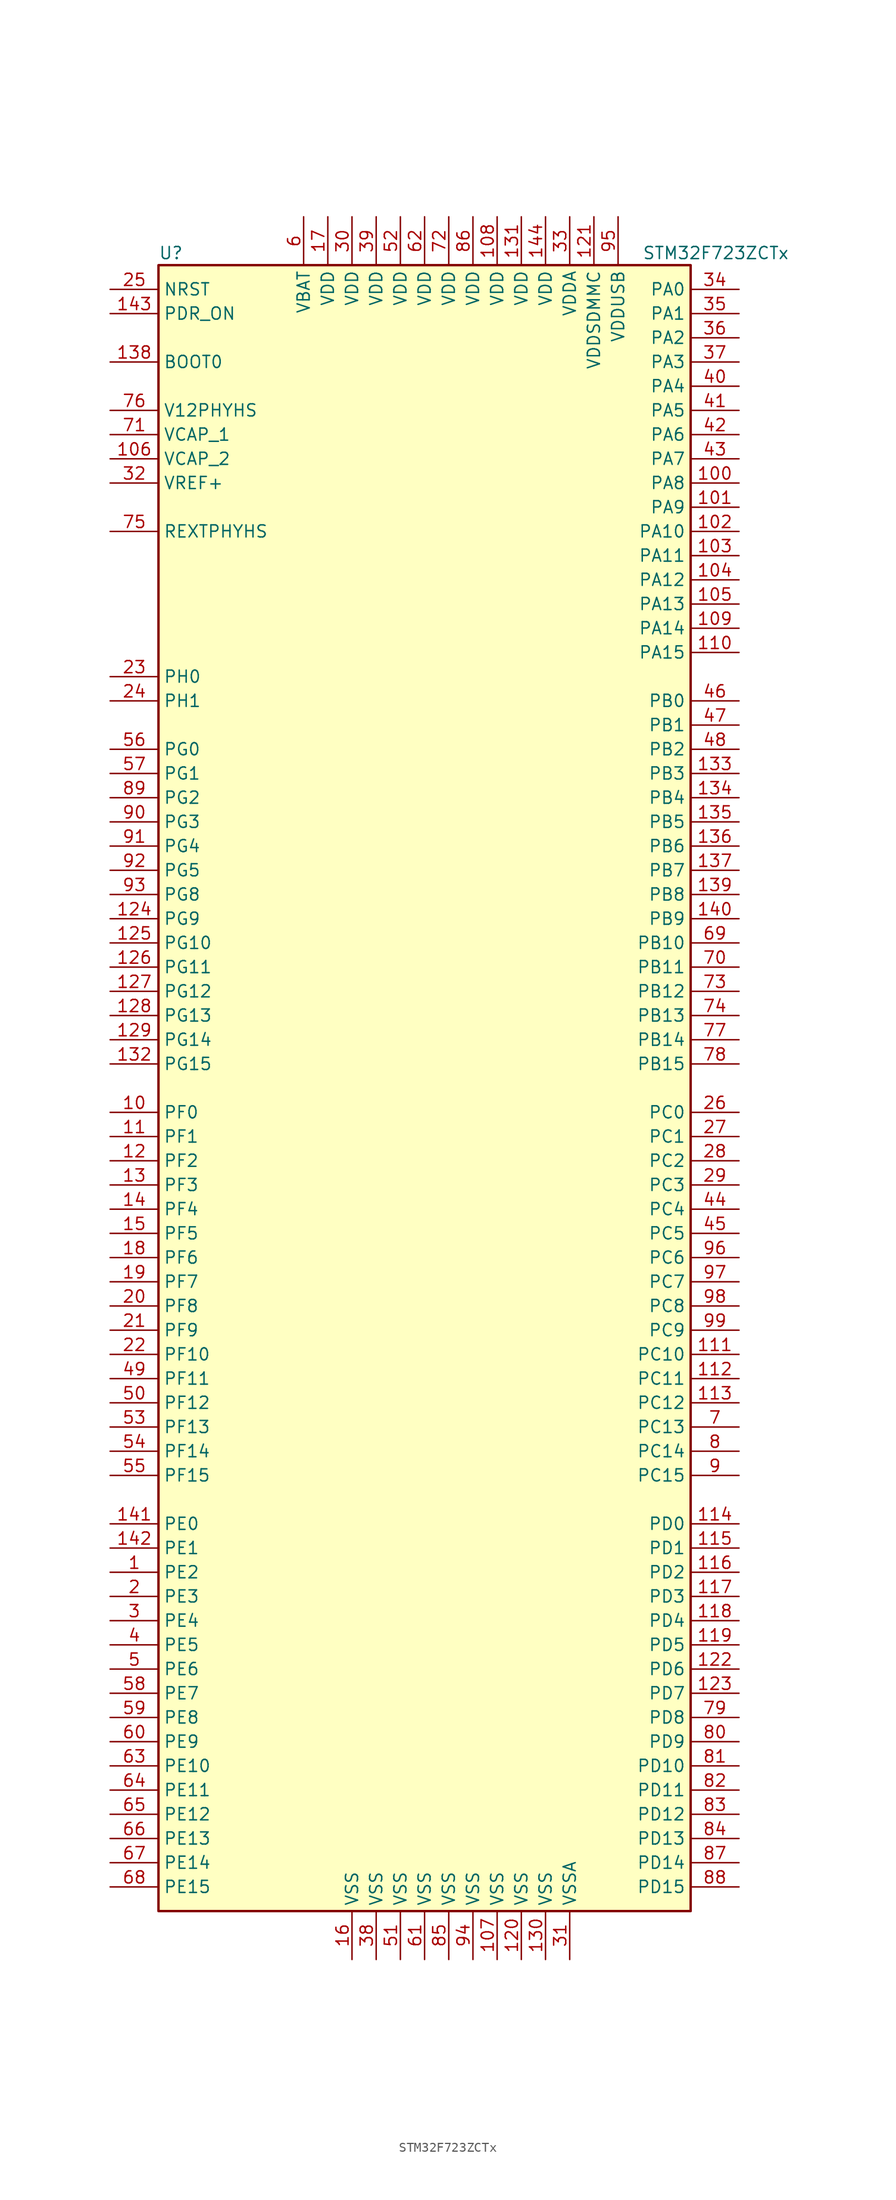
<source format=kicad_sym>
(kicad_symbol_lib
  (version 20211014)
  (generator kicad_symbol_editor)
  (symbol "STM32F723ZCTx"
    (property "Reference" "U"
      (at -27.94 87.63 0)
      (effects (font (size 1.27 1.27)) (justify left)))
    (property "Value" "STM32F723ZCTx"
      (at 22.86 87.63 0)
      (effects (font (size 1.27 1.27)) (justify left)))
    (symbol "STM32F723ZCTx_0_1"
      (rectangle (start -27.94 -86.36) (end 27.94 86.36) (stroke (width 0.254) (type default) (color 0 0 0 0)) (fill (type background))))
    (symbol "STM32F723ZCTx_1_1"
      (pin bidirectional line (at -33.02 -50.8 0) (length 5.08) (name "PE2" (effects (font (size 1.27 1.27)))) (number "1" (effects (font (size 1.27 1.27)))))
      (pin bidirectional line (at -33.02 -2.54 0) (length 5.08) (name "PF0" (effects (font (size 1.27 1.27)))) (number "10" (effects (font (size 1.27 1.27)))))
      (pin bidirectional line (at 33.02 63.5 180) (length 5.08) (name "PA8" (effects (font (size 1.27 1.27)))) (number "100" (effects (font (size 1.27 1.27)))))
      (pin bidirectional line (at 33.02 60.96 180) (length 5.08) (name "PA9" (effects (font (size 1.27 1.27)))) (number "101" (effects (font (size 1.27 1.27)))))
      (pin bidirectional line (at 33.02 58.42 180) (length 5.08) (name "PA10" (effects (font (size 1.27 1.27)))) (number "102" (effects (font (size 1.27 1.27)))))
      (pin bidirectional line (at 33.02 55.88 180) (length 5.08) (name "PA11" (effects (font (size 1.27 1.27)))) (number "103" (effects (font (size 1.27 1.27)))))
      (pin bidirectional line (at 33.02 53.34 180) (length 5.08) (name "PA12" (effects (font (size 1.27 1.27)))) (number "104" (effects (font (size 1.27 1.27)))))
      (pin bidirectional line (at 33.02 50.8 180) (length 5.08) (name "PA13" (effects (font (size 1.27 1.27)))) (number "105" (effects (font (size 1.27 1.27)))))
      (pin power_in line (at -33.02 66.04 0) (length 5.08) (name "VCAP_2" (effects (font (size 1.27 1.27)))) (number "106" (effects (font (size 1.27 1.27)))))
      (pin power_in line (at 7.62 -91.44 90) (length 5.08) (name "VSS" (effects (font (size 1.27 1.27)))) (number "107" (effects (font (size 1.27 1.27)))))
      (pin power_in line (at 7.62 91.44 270) (length 5.08) (name "VDD" (effects (font (size 1.27 1.27)))) (number "108" (effects (font (size 1.27 1.27)))))
      (pin bidirectional line (at 33.02 48.26 180) (length 5.08) (name "PA14" (effects (font (size 1.27 1.27)))) (number "109" (effects (font (size 1.27 1.27)))))
      (pin bidirectional line (at -33.02 -5.08 0) (length 5.08) (name "PF1" (effects (font (size 1.27 1.27)))) (number "11" (effects (font (size 1.27 1.27)))))
      (pin bidirectional line (at 33.02 45.72 180) (length 5.08) (name "PA15" (effects (font (size 1.27 1.27)))) (number "110" (effects (font (size 1.27 1.27)))))
      (pin bidirectional line (at 33.02 -27.94 180) (length 5.08) (name "PC10" (effects (font (size 1.27 1.27)))) (number "111" (effects (font (size 1.27 1.27)))))
      (pin bidirectional line (at 33.02 -30.48 180) (length 5.08) (name "PC11" (effects (font (size 1.27 1.27)))) (number "112" (effects (font (size 1.27 1.27)))))
      (pin bidirectional line (at 33.02 -33.02 180) (length 5.08) (name "PC12" (effects (font (size 1.27 1.27)))) (number "113" (effects (font (size 1.27 1.27)))))
      (pin bidirectional line (at 33.02 -45.72 180) (length 5.08) (name "PD0" (effects (font (size 1.27 1.27)))) (number "114" (effects (font (size 1.27 1.27)))))
      (pin bidirectional line (at 33.02 -48.26 180) (length 5.08) (name "PD1" (effects (font (size 1.27 1.27)))) (number "115" (effects (font (size 1.27 1.27)))))
      (pin bidirectional line (at 33.02 -50.8 180) (length 5.08) (name "PD2" (effects (font (size 1.27 1.27)))) (number "116" (effects (font (size 1.27 1.27)))))
      (pin bidirectional line (at 33.02 -53.34 180) (length 5.08) (name "PD3" (effects (font (size 1.27 1.27)))) (number "117" (effects (font (size 1.27 1.27)))))
      (pin bidirectional line (at 33.02 -55.88 180) (length 5.08) (name "PD4" (effects (font (size 1.27 1.27)))) (number "118" (effects (font (size 1.27 1.27)))))
      (pin bidirectional line (at 33.02 -58.42 180) (length 5.08) (name "PD5" (effects (font (size 1.27 1.27)))) (number "119" (effects (font (size 1.27 1.27)))))
      (pin bidirectional line (at -33.02 -7.62 0) (length 5.08) (name "PF2" (effects (font (size 1.27 1.27)))) (number "12" (effects (font (size 1.27 1.27)))))
      (pin power_in line (at 10.16 -91.44 90) (length 5.08) (name "VSS" (effects (font (size 1.27 1.27)))) (number "120" (effects (font (size 1.27 1.27)))))
      (pin power_in line (at 17.78 91.44 270) (length 5.08) (name "VDDSDMMC" (effects (font (size 1.27 1.27)))) (number "121" (effects (font (size 1.27 1.27)))))
      (pin bidirectional line (at 33.02 -60.96 180) (length 5.08) (name "PD6" (effects (font (size 1.27 1.27)))) (number "122" (effects (font (size 1.27 1.27)))))
      (pin bidirectional line (at 33.02 -63.5 180) (length 5.08) (name "PD7" (effects (font (size 1.27 1.27)))) (number "123" (effects (font (size 1.27 1.27)))))
      (pin bidirectional line (at -33.02 17.78 0) (length 5.08) (name "PG9" (effects (font (size 1.27 1.27)))) (number "124" (effects (font (size 1.27 1.27)))))
      (pin bidirectional line (at -33.02 15.24 0) (length 5.08) (name "PG10" (effects (font (size 1.27 1.27)))) (number "125" (effects (font (size 1.27 1.27)))))
      (pin bidirectional line (at -33.02 12.7 0) (length 5.08) (name "PG11" (effects (font (size 1.27 1.27)))) (number "126" (effects (font (size 1.27 1.27)))))
      (pin bidirectional line (at -33.02 10.16 0) (length 5.08) (name "PG12" (effects (font (size 1.27 1.27)))) (number "127" (effects (font (size 1.27 1.27)))))
      (pin bidirectional line (at -33.02 7.62 0) (length 5.08) (name "PG13" (effects (font (size 1.27 1.27)))) (number "128" (effects (font (size 1.27 1.27)))))
      (pin bidirectional line (at -33.02 5.08 0) (length 5.08) (name "PG14" (effects (font (size 1.27 1.27)))) (number "129" (effects (font (size 1.27 1.27)))))
      (pin bidirectional line (at -33.02 -10.16 0) (length 5.08) (name "PF3" (effects (font (size 1.27 1.27)))) (number "13" (effects (font (size 1.27 1.27)))))
      (pin power_in line (at 12.7 -91.44 90) (length 5.08) (name "VSS" (effects (font (size 1.27 1.27)))) (number "130" (effects (font (size 1.27 1.27)))))
      (pin power_in line (at 10.16 91.44 270) (length 5.08) (name "VDD" (effects (font (size 1.27 1.27)))) (number "131" (effects (font (size 1.27 1.27)))))
      (pin bidirectional line (at -33.02 2.54 0) (length 5.08) (name "PG15" (effects (font (size 1.27 1.27)))) (number "132" (effects (font (size 1.27 1.27)))))
      (pin bidirectional line (at 33.02 33.02 180) (length 5.08) (name "PB3" (effects (font (size 1.27 1.27)))) (number "133" (effects (font (size 1.27 1.27)))))
      (pin bidirectional line (at 33.02 30.48 180) (length 5.08) (name "PB4" (effects (font (size 1.27 1.27)))) (number "134" (effects (font (size 1.27 1.27)))))
      (pin bidirectional line (at 33.02 27.94 180) (length 5.08) (name "PB5" (effects (font (size 1.27 1.27)))) (number "135" (effects (font (size 1.27 1.27)))))
      (pin bidirectional line (at 33.02 25.4 180) (length 5.08) (name "PB6" (effects (font (size 1.27 1.27)))) (number "136" (effects (font (size 1.27 1.27)))))
      (pin bidirectional line (at 33.02 22.86 180) (length 5.08) (name "PB7" (effects (font (size 1.27 1.27)))) (number "137" (effects (font (size 1.27 1.27)))))
      (pin input line (at -33.02 76.2 0) (length 5.08) (name "BOOT0" (effects (font (size 1.27 1.27)))) (number "138" (effects (font (size 1.27 1.27)))))
      (pin bidirectional line (at 33.02 20.32 180) (length 5.08) (name "PB8" (effects (font (size 1.27 1.27)))) (number "139" (effects (font (size 1.27 1.27)))))
      (pin bidirectional line (at -33.02 -12.7 0) (length 5.08) (name "PF4" (effects (font (size 1.27 1.27)))) (number "14" (effects (font (size 1.27 1.27)))))
      (pin bidirectional line (at 33.02 17.78 180) (length 5.08) (name "PB9" (effects (font (size 1.27 1.27)))) (number "140" (effects (font (size 1.27 1.27)))))
      (pin bidirectional line (at -33.02 -45.72 0) (length 5.08) (name "PE0" (effects (font (size 1.27 1.27)))) (number "141" (effects (font (size 1.27 1.27)))))
      (pin bidirectional line (at -33.02 -48.26 0) (length 5.08) (name "PE1" (effects (font (size 1.27 1.27)))) (number "142" (effects (font (size 1.27 1.27)))))
      (pin input line (at -33.02 81.28 0) (length 5.08) (name "PDR_ON" (effects (font (size 1.27 1.27)))) (number "143" (effects (font (size 1.27 1.27)))))
      (pin power_in line (at 12.7 91.44 270) (length 5.08) (name "VDD" (effects (font (size 1.27 1.27)))) (number "144" (effects (font (size 1.27 1.27)))))
      (pin bidirectional line (at -33.02 -15.24 0) (length 5.08) (name "PF5" (effects (font (size 1.27 1.27)))) (number "15" (effects (font (size 1.27 1.27)))))
      (pin power_in line (at -7.62 -91.44 90) (length 5.08) (name "VSS" (effects (font (size 1.27 1.27)))) (number "16" (effects (font (size 1.27 1.27)))))
      (pin power_in line (at -10.16 91.44 270) (length 5.08) (name "VDD" (effects (font (size 1.27 1.27)))) (number "17" (effects (font (size 1.27 1.27)))))
      (pin bidirectional line (at -33.02 -17.78 0) (length 5.08) (name "PF6" (effects (font (size 1.27 1.27)))) (number "18" (effects (font (size 1.27 1.27)))))
      (pin bidirectional line (at -33.02 -20.32 0) (length 5.08) (name "PF7" (effects (font (size 1.27 1.27)))) (number "19" (effects (font (size 1.27 1.27)))))
      (pin bidirectional line (at -33.02 -53.34 0) (length 5.08) (name "PE3" (effects (font (size 1.27 1.27)))) (number "2" (effects (font (size 1.27 1.27)))))
      (pin bidirectional line (at -33.02 -22.86 0) (length 5.08) (name "PF8" (effects (font (size 1.27 1.27)))) (number "20" (effects (font (size 1.27 1.27)))))
      (pin bidirectional line (at -33.02 -25.4 0) (length 5.08) (name "PF9" (effects (font (size 1.27 1.27)))) (number "21" (effects (font (size 1.27 1.27)))))
      (pin bidirectional line (at -33.02 -27.94 0) (length 5.08) (name "PF10" (effects (font (size 1.27 1.27)))) (number "22" (effects (font (size 1.27 1.27)))))
      (pin input line (at -33.02 43.18 0) (length 5.08) (name "PH0" (effects (font (size 1.27 1.27)))) (number "23" (effects (font (size 1.27 1.27)))))
      (pin input line (at -33.02 40.64 0) (length 5.08) (name "PH1" (effects (font (size 1.27 1.27)))) (number "24" (effects (font (size 1.27 1.27)))))
      (pin input line (at -33.02 83.82 0) (length 5.08) (name "NRST" (effects (font (size 1.27 1.27)))) (number "25" (effects (font (size 1.27 1.27)))))
      (pin bidirectional line (at 33.02 -2.54 180) (length 5.08) (name "PC0" (effects (font (size 1.27 1.27)))) (number "26" (effects (font (size 1.27 1.27)))))
      (pin bidirectional line (at 33.02 -5.08 180) (length 5.08) (name "PC1" (effects (font (size 1.27 1.27)))) (number "27" (effects (font (size 1.27 1.27)))))
      (pin bidirectional line (at 33.02 -7.62 180) (length 5.08) (name "PC2" (effects (font (size 1.27 1.27)))) (number "28" (effects (font (size 1.27 1.27)))))
      (pin bidirectional line (at 33.02 -10.16 180) (length 5.08) (name "PC3" (effects (font (size 1.27 1.27)))) (number "29" (effects (font (size 1.27 1.27)))))
      (pin bidirectional line (at -33.02 -55.88 0) (length 5.08) (name "PE4" (effects (font (size 1.27 1.27)))) (number "3" (effects (font (size 1.27 1.27)))))
      (pin power_in line (at -7.62 91.44 270) (length 5.08) (name "VDD" (effects (font (size 1.27 1.27)))) (number "30" (effects (font (size 1.27 1.27)))))
      (pin power_in line (at 15.24 -91.44 90) (length 5.08) (name "VSSA" (effects (font (size 1.27 1.27)))) (number "31" (effects (font (size 1.27 1.27)))))
      (pin power_in line (at -33.02 63.5 0) (length 5.08) (name "VREF+" (effects (font (size 1.27 1.27)))) (number "32" (effects (font (size 1.27 1.27)))))
      (pin power_in line (at 15.24 91.44 270) (length 5.08) (name "VDDA" (effects (font (size 1.27 1.27)))) (number "33" (effects (font (size 1.27 1.27)))))
      (pin bidirectional line (at 33.02 83.82 180) (length 5.08) (name "PA0" (effects (font (size 1.27 1.27)))) (number "34" (effects (font (size 1.27 1.27)))))
      (pin bidirectional line (at 33.02 81.28 180) (length 5.08) (name "PA1" (effects (font (size 1.27 1.27)))) (number "35" (effects (font (size 1.27 1.27)))))
      (pin bidirectional line (at 33.02 78.74 180) (length 5.08) (name "PA2" (effects (font (size 1.27 1.27)))) (number "36" (effects (font (size 1.27 1.27)))))
      (pin bidirectional line (at 33.02 76.2 180) (length 5.08) (name "PA3" (effects (font (size 1.27 1.27)))) (number "37" (effects (font (size 1.27 1.27)))))
      (pin power_in line (at -5.08 -91.44 90) (length 5.08) (name "VSS" (effects (font (size 1.27 1.27)))) (number "38" (effects (font (size 1.27 1.27)))))
      (pin power_in line (at -5.08 91.44 270) (length 5.08) (name "VDD" (effects (font (size 1.27 1.27)))) (number "39" (effects (font (size 1.27 1.27)))))
      (pin bidirectional line (at -33.02 -58.42 0) (length 5.08) (name "PE5" (effects (font (size 1.27 1.27)))) (number "4" (effects (font (size 1.27 1.27)))))
      (pin bidirectional line (at 33.02 73.66 180) (length 5.08) (name "PA4" (effects (font (size 1.27 1.27)))) (number "40" (effects (font (size 1.27 1.27)))))
      (pin bidirectional line (at 33.02 71.12 180) (length 5.08) (name "PA5" (effects (font (size 1.27 1.27)))) (number "41" (effects (font (size 1.27 1.27)))))
      (pin bidirectional line (at 33.02 68.58 180) (length 5.08) (name "PA6" (effects (font (size 1.27 1.27)))) (number "42" (effects (font (size 1.27 1.27)))))
      (pin bidirectional line (at 33.02 66.04 180) (length 5.08) (name "PA7" (effects (font (size 1.27 1.27)))) (number "43" (effects (font (size 1.27 1.27)))))
      (pin bidirectional line (at 33.02 -12.7 180) (length 5.08) (name "PC4" (effects (font (size 1.27 1.27)))) (number "44" (effects (font (size 1.27 1.27)))))
      (pin bidirectional line (at 33.02 -15.24 180) (length 5.08) (name "PC5" (effects (font (size 1.27 1.27)))) (number "45" (effects (font (size 1.27 1.27)))))
      (pin bidirectional line (at 33.02 40.64 180) (length 5.08) (name "PB0" (effects (font (size 1.27 1.27)))) (number "46" (effects (font (size 1.27 1.27)))))
      (pin bidirectional line (at 33.02 38.1 180) (length 5.08) (name "PB1" (effects (font (size 1.27 1.27)))) (number "47" (effects (font (size 1.27 1.27)))))
      (pin bidirectional line (at 33.02 35.56 180) (length 5.08) (name "PB2" (effects (font (size 1.27 1.27)))) (number "48" (effects (font (size 1.27 1.27)))))
      (pin bidirectional line (at -33.02 -30.48 0) (length 5.08) (name "PF11" (effects (font (size 1.27 1.27)))) (number "49" (effects (font (size 1.27 1.27)))))
      (pin bidirectional line (at -33.02 -60.96 0) (length 5.08) (name "PE6" (effects (font (size 1.27 1.27)))) (number "5" (effects (font (size 1.27 1.27)))))
      (pin bidirectional line (at -33.02 -33.02 0) (length 5.08) (name "PF12" (effects (font (size 1.27 1.27)))) (number "50" (effects (font (size 1.27 1.27)))))
      (pin power_in line (at -2.54 -91.44 90) (length 5.08) (name "VSS" (effects (font (size 1.27 1.27)))) (number "51" (effects (font (size 1.27 1.27)))))
      (pin power_in line (at -2.54 91.44 270) (length 5.08) (name "VDD" (effects (font (size 1.27 1.27)))) (number "52" (effects (font (size 1.27 1.27)))))
      (pin bidirectional line (at -33.02 -35.56 0) (length 5.08) (name "PF13" (effects (font (size 1.27 1.27)))) (number "53" (effects (font (size 1.27 1.27)))))
      (pin bidirectional line (at -33.02 -38.1 0) (length 5.08) (name "PF14" (effects (font (size 1.27 1.27)))) (number "54" (effects (font (size 1.27 1.27)))))
      (pin bidirectional line (at -33.02 -40.64 0) (length 5.08) (name "PF15" (effects (font (size 1.27 1.27)))) (number "55" (effects (font (size 1.27 1.27)))))
      (pin bidirectional line (at -33.02 35.56 0) (length 5.08) (name "PG0" (effects (font (size 1.27 1.27)))) (number "56" (effects (font (size 1.27 1.27)))))
      (pin bidirectional line (at -33.02 33.02 0) (length 5.08) (name "PG1" (effects (font (size 1.27 1.27)))) (number "57" (effects (font (size 1.27 1.27)))))
      (pin bidirectional line (at -33.02 -63.5 0) (length 5.08) (name "PE7" (effects (font (size 1.27 1.27)))) (number "58" (effects (font (size 1.27 1.27)))))
      (pin bidirectional line (at -33.02 -66.04 0) (length 5.08) (name "PE8" (effects (font (size 1.27 1.27)))) (number "59" (effects (font (size 1.27 1.27)))))
      (pin power_in line (at -12.7 91.44 270) (length 5.08) (name "VBAT" (effects (font (size 1.27 1.27)))) (number "6" (effects (font (size 1.27 1.27)))))
      (pin bidirectional line (at -33.02 -68.58 0) (length 5.08) (name "PE9" (effects (font (size 1.27 1.27)))) (number "60" (effects (font (size 1.27 1.27)))))
      (pin power_in line (at 0 -91.44 90) (length 5.08) (name "VSS" (effects (font (size 1.27 1.27)))) (number "61" (effects (font (size 1.27 1.27)))))
      (pin power_in line (at 0 91.44 270) (length 5.08) (name "VDD" (effects (font (size 1.27 1.27)))) (number "62" (effects (font (size 1.27 1.27)))))
      (pin bidirectional line (at -33.02 -71.12 0) (length 5.08) (name "PE10" (effects (font (size 1.27 1.27)))) (number "63" (effects (font (size 1.27 1.27)))))
      (pin bidirectional line (at -33.02 -73.66 0) (length 5.08) (name "PE11" (effects (font (size 1.27 1.27)))) (number "64" (effects (font (size 1.27 1.27)))))
      (pin bidirectional line (at -33.02 -76.2 0) (length 5.08) (name "PE12" (effects (font (size 1.27 1.27)))) (number "65" (effects (font (size 1.27 1.27)))))
      (pin bidirectional line (at -33.02 -78.74 0) (length 5.08) (name "PE13" (effects (font (size 1.27 1.27)))) (number "66" (effects (font (size 1.27 1.27)))))
      (pin bidirectional line (at -33.02 -81.28 0) (length 5.08) (name "PE14" (effects (font (size 1.27 1.27)))) (number "67" (effects (font (size 1.27 1.27)))))
      (pin bidirectional line (at -33.02 -83.82 0) (length 5.08) (name "PE15" (effects (font (size 1.27 1.27)))) (number "68" (effects (font (size 1.27 1.27)))))
      (pin bidirectional line (at 33.02 15.24 180) (length 5.08) (name "PB10" (effects (font (size 1.27 1.27)))) (number "69" (effects (font (size 1.27 1.27)))))
      (pin bidirectional line (at 33.02 -35.56 180) (length 5.08) (name "PC13" (effects (font (size 1.27 1.27)))) (number "7" (effects (font (size 1.27 1.27)))))
      (pin bidirectional line (at 33.02 12.7 180) (length 5.08) (name "PB11" (effects (font (size 1.27 1.27)))) (number "70" (effects (font (size 1.27 1.27)))))
      (pin power_in line (at -33.02 68.58 0) (length 5.08) (name "VCAP_1" (effects (font (size 1.27 1.27)))) (number "71" (effects (font (size 1.27 1.27)))))
      (pin power_in line (at 2.54 91.44 270) (length 5.08) (name "VDD" (effects (font (size 1.27 1.27)))) (number "72" (effects (font (size 1.27 1.27)))))
      (pin bidirectional line (at 33.02 10.16 180) (length 5.08) (name "PB12" (effects (font (size 1.27 1.27)))) (number "73" (effects (font (size 1.27 1.27)))))
      (pin bidirectional line (at 33.02 7.62 180) (length 5.08) (name "PB13" (effects (font (size 1.27 1.27)))) (number "74" (effects (font (size 1.27 1.27)))))
      (pin bidirectional line (at -33.02 58.42 0) (length 5.08) (name "REXTPHYHS" (effects (font (size 1.27 1.27)))) (number "75" (effects (font (size 1.27 1.27)))))
      (pin power_in line (at -33.02 71.12 0) (length 5.08) (name "V12PHYHS" (effects (font (size 1.27 1.27)))) (number "76" (effects (font (size 1.27 1.27)))))
      (pin bidirectional line (at 33.02 5.08 180) (length 5.08) (name "PB14" (effects (font (size 1.27 1.27)))) (number "77" (effects (font (size 1.27 1.27)))))
      (pin bidirectional line (at 33.02 2.54 180) (length 5.08) (name "PB15" (effects (font (size 1.27 1.27)))) (number "78" (effects (font (size 1.27 1.27)))))
      (pin bidirectional line (at 33.02 -66.04 180) (length 5.08) (name "PD8" (effects (font (size 1.27 1.27)))) (number "79" (effects (font (size 1.27 1.27)))))
      (pin bidirectional line (at 33.02 -38.1 180) (length 5.08) (name "PC14" (effects (font (size 1.27 1.27)))) (number "8" (effects (font (size 1.27 1.27)))))
      (pin bidirectional line (at 33.02 -68.58 180) (length 5.08) (name "PD9" (effects (font (size 1.27 1.27)))) (number "80" (effects (font (size 1.27 1.27)))))
      (pin bidirectional line (at 33.02 -71.12 180) (length 5.08) (name "PD10" (effects (font (size 1.27 1.27)))) (number "81" (effects (font (size 1.27 1.27)))))
      (pin bidirectional line (at 33.02 -73.66 180) (length 5.08) (name "PD11" (effects (font (size 1.27 1.27)))) (number "82" (effects (font (size 1.27 1.27)))))
      (pin bidirectional line (at 33.02 -76.2 180) (length 5.08) (name "PD12" (effects (font (size 1.27 1.27)))) (number "83" (effects (font (size 1.27 1.27)))))
      (pin bidirectional line (at 33.02 -78.74 180) (length 5.08) (name "PD13" (effects (font (size 1.27 1.27)))) (number "84" (effects (font (size 1.27 1.27)))))
      (pin power_in line (at 2.54 -91.44 90) (length 5.08) (name "VSS" (effects (font (size 1.27 1.27)))) (number "85" (effects (font (size 1.27 1.27)))))
      (pin power_in line (at 5.08 91.44 270) (length 5.08) (name "VDD" (effects (font (size 1.27 1.27)))) (number "86" (effects (font (size 1.27 1.27)))))
      (pin bidirectional line (at 33.02 -81.28 180) (length 5.08) (name "PD14" (effects (font (size 1.27 1.27)))) (number "87" (effects (font (size 1.27 1.27)))))
      (pin bidirectional line (at 33.02 -83.82 180) (length 5.08) (name "PD15" (effects (font (size 1.27 1.27)))) (number "88" (effects (font (size 1.27 1.27)))))
      (pin bidirectional line (at -33.02 30.48 0) (length 5.08) (name "PG2" (effects (font (size 1.27 1.27)))) (number "89" (effects (font (size 1.27 1.27)))))
      (pin bidirectional line (at 33.02 -40.64 180) (length 5.08) (name "PC15" (effects (font (size 1.27 1.27)))) (number "9" (effects (font (size 1.27 1.27)))))
      (pin bidirectional line (at -33.02 27.94 0) (length 5.08) (name "PG3" (effects (font (size 1.27 1.27)))) (number "90" (effects (font (size 1.27 1.27)))))
      (pin bidirectional line (at -33.02 25.4 0) (length 5.08) (name "PG4" (effects (font (size 1.27 1.27)))) (number "91" (effects (font (size 1.27 1.27)))))
      (pin bidirectional line (at -33.02 22.86 0) (length 5.08) (name "PG5" (effects (font (size 1.27 1.27)))) (number "92" (effects (font (size 1.27 1.27)))))
      (pin bidirectional line (at -33.02 20.32 0) (length 5.08) (name "PG8" (effects (font (size 1.27 1.27)))) (number "93" (effects (font (size 1.27 1.27)))))
      (pin power_in line (at 5.08 -91.44 90) (length 5.08) (name "VSS" (effects (font (size 1.27 1.27)))) (number "94" (effects (font (size 1.27 1.27)))))
      (pin power_in line (at 20.32 91.44 270) (length 5.08) (name "VDDUSB" (effects (font (size 1.27 1.27)))) (number "95" (effects (font (size 1.27 1.27)))))
      (pin bidirectional line (at 33.02 -17.78 180) (length 5.08) (name "PC6" (effects (font (size 1.27 1.27)))) (number "96" (effects (font (size 1.27 1.27)))))
      (pin bidirectional line (at 33.02 -20.32 180) (length 5.08) (name "PC7" (effects (font (size 1.27 1.27)))) (number "97" (effects (font (size 1.27 1.27)))))
      (pin bidirectional line (at 33.02 -22.86 180) (length 5.08) (name "PC8" (effects (font (size 1.27 1.27)))) (number "98" (effects (font (size 1.27 1.27)))))
      (pin bidirectional line (at 33.02 -25.4 180) (length 5.08) (name "PC9" (effects (font (size 1.27 1.27)))) (number "99" (effects (font (size 1.27 1.27))))))))
</source>
